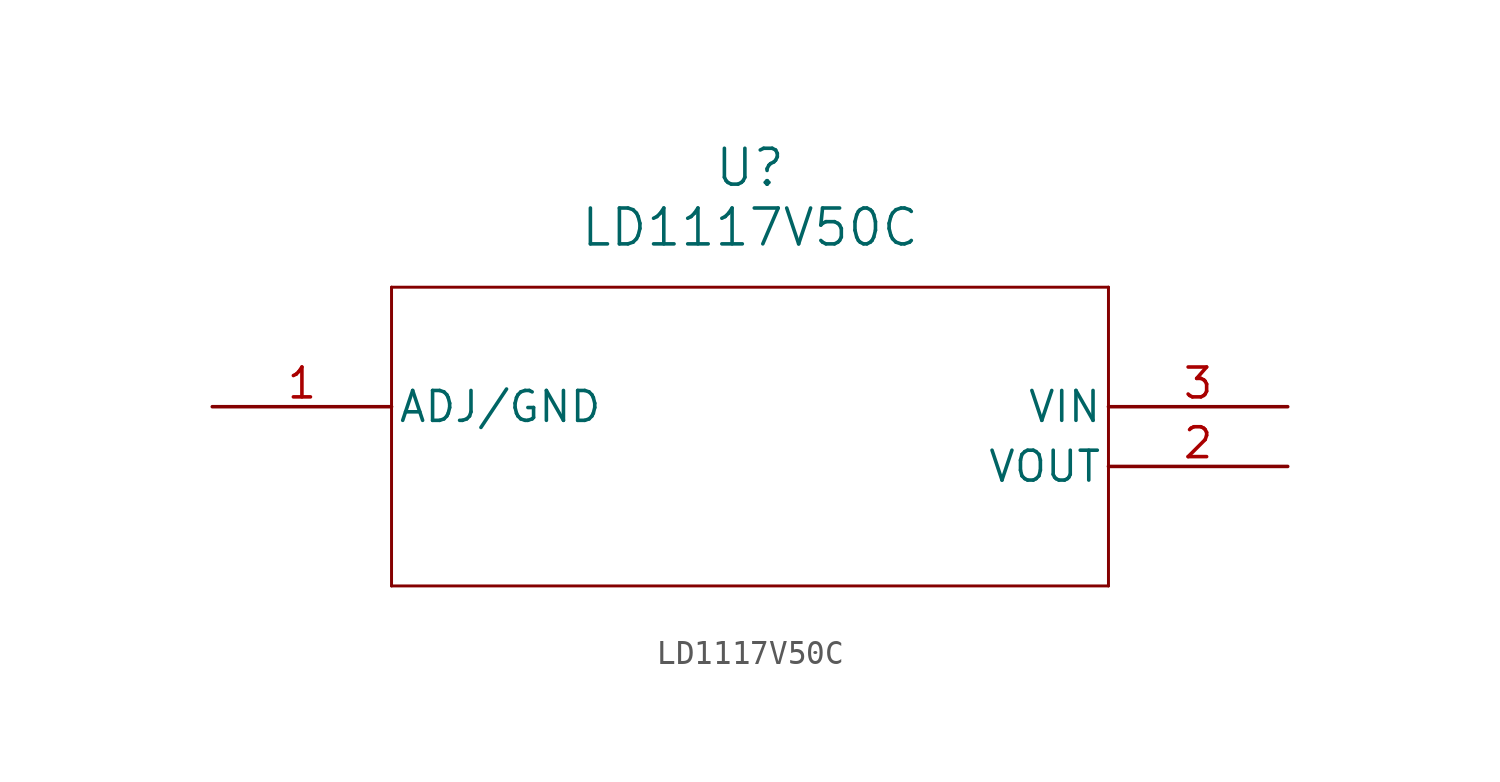
<source format=kicad_sym>
(kicad_symbol_lib
  (version 20211014)
  (generator kicad_symbol_editor)
  (symbol "LD1117V50C"
    (pin_names
      (offset 0.254))
    (property "Reference" "U"
      (at 22.86 10.16 0)
      (effects (font (size 1.524 1.524))))
    (property "Value" "LD1117V50C"
      (at 22.86 7.62 0)
      (effects (font (size 1.524 1.524))))
    (symbol "LD1117V50C_0_1"
      (polyline (pts (xy 7.62 5.08) (xy 7.62 -7.62)) (stroke (width 0.127) (type default) (color 0 0 0 0)) (fill (type none)))
      (polyline (pts (xy 7.62 -7.62) (xy 38.1 -7.62)) (stroke (width 0.127) (type default) (color 0 0 0 0)) (fill (type none)))
      (polyline (pts (xy 38.1 -7.62) (xy 38.1 5.08)) (stroke (width 0.127) (type default) (color 0 0 0 0)) (fill (type none)))
      (polyline (pts (xy 38.1 5.08) (xy 7.62 5.08)) (stroke (width 0.127) (type default) (color 0 0 0 0)) (fill (type none)))
      (pin unspecified line (at 0 0 0) (length 7.62) (name "ADJ/GND" (effects (font (size 1.27 1.27)))) (number "1" (effects (font (size 1.27 1.27)))))
      (pin output line (at 45.72 -2.54 180) (length 7.62) (name "VOUT" (effects (font (size 1.27 1.27)))) (number "2" (effects (font (size 1.27 1.27)))))
      (pin input line (at 45.72 0 180) (length 7.62) (name "VIN" (effects (font (size 1.27 1.27)))) (number "3" (effects (font (size 1.27 1.27))))))))
</source>
